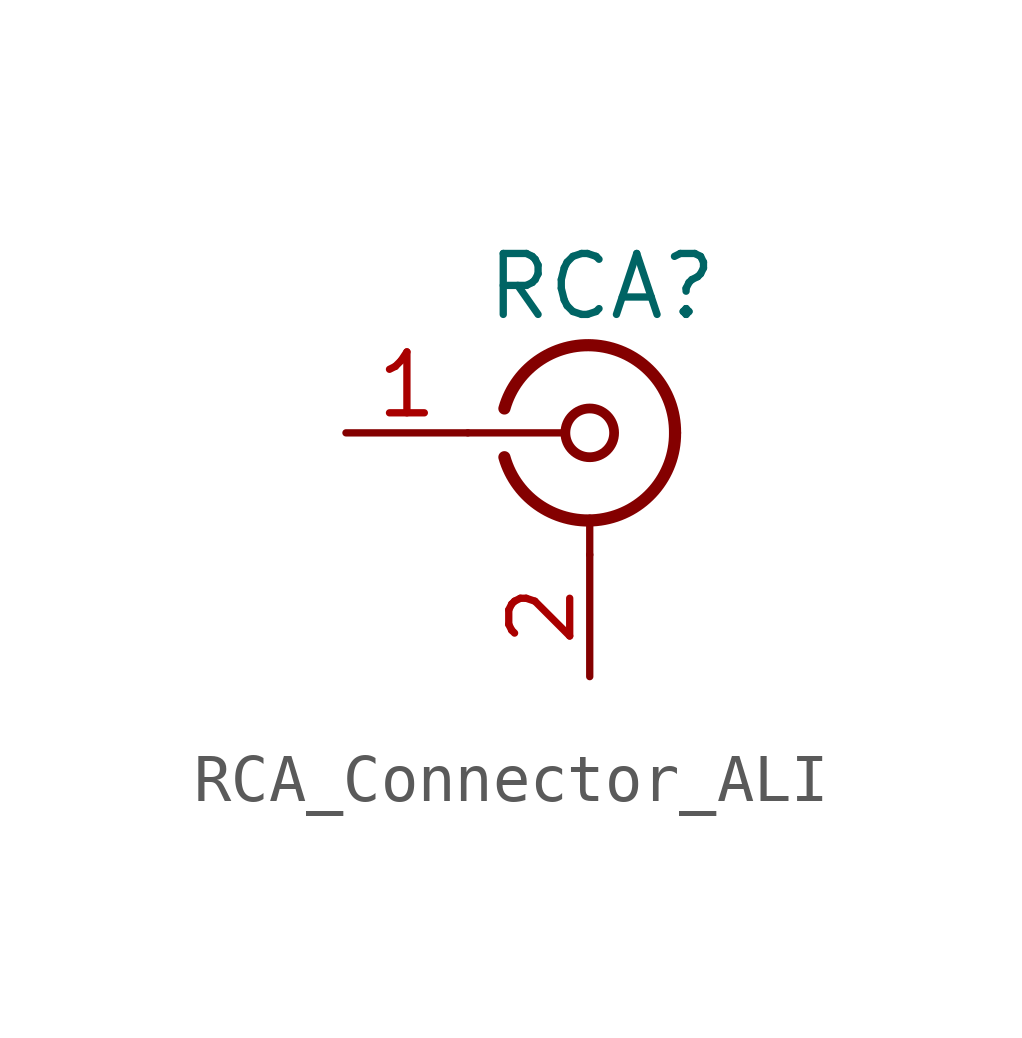
<source format=kicad_sym>
(kicad_symbol_lib
  (version 20211014)
  (generator kicad_symbol_editor)
  (symbol "RCA_Connector_ALI"
    (pin_names
      (offset 1.016) hide)
    (property "Reference" "RCA"
      (at 0.254 3.048 0)
      (effects (font (size 1.27 1.27))))
    (symbol "RCA_Connector_ALI_0_1"
      (arc (start -1.778 -0.508) (mid 0.2311 -1.8066) (end 1.778 0) (stroke (width 0.254) (type default) (color 0 0 0 0)) (fill (type none)))
      (polyline (pts (xy -2.54 0) (xy -0.508 0)) (stroke (width 0) (type default) (color 0 0 0 0)) (fill (type none)))
      (polyline (pts (xy 0 -2.54) (xy 0 -1.778)) (stroke (width 0) (type default) (color 0 0 0 0)) (fill (type none)))
      (circle (center 0 0) (radius 0.508) (stroke (width 0.203) (type default) (color 0 0 0 0)) (fill (type none)))
      (arc (start 1.778 0) (mid 0.2099 1.8101) (end -1.778 0.508) (stroke (width 0.254) (type default) (color 0 0 0 0)) (fill (type none))))
    (symbol "RCA_Connector_ALI_1_1"
      (pin passive line (at -5.08 0 0) (length 2.54) (name "In" (effects (font (size 1.27 1.27)))) (number "1" (effects (font (size 1.27 1.27)))))
      (pin passive line (at 0 -5.08 90) (length 2.54) (name "Ext" (effects (font (size 1.27 1.27)))) (number "2" (effects (font (size 1.27 1.27))))))))
</source>
